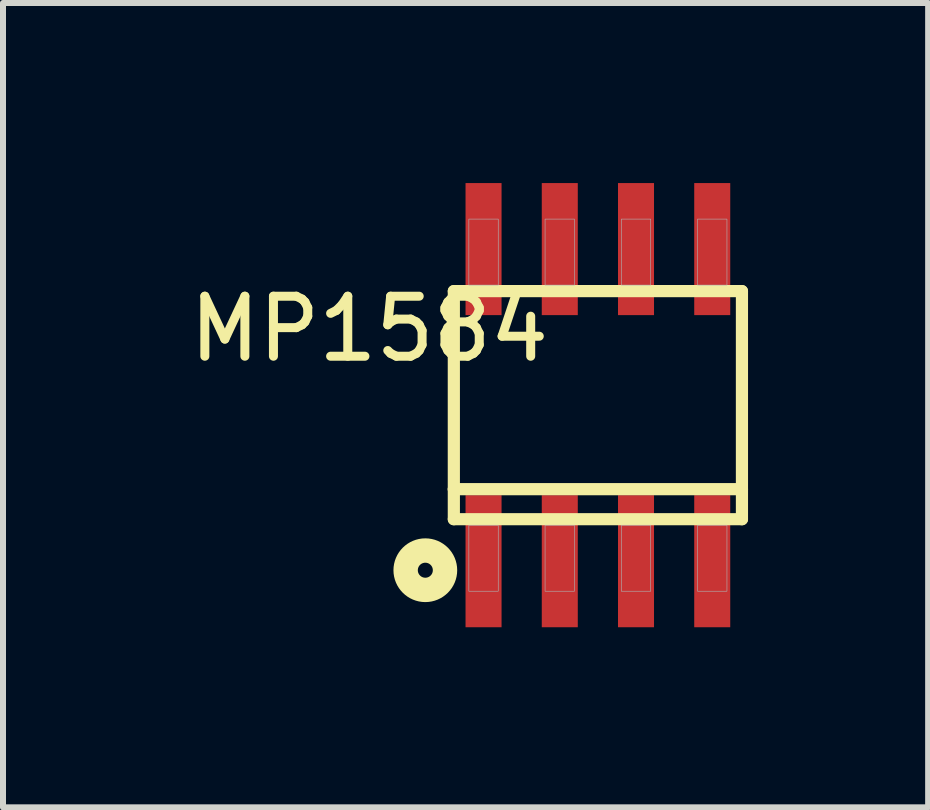
<source format=kicad_pcb>
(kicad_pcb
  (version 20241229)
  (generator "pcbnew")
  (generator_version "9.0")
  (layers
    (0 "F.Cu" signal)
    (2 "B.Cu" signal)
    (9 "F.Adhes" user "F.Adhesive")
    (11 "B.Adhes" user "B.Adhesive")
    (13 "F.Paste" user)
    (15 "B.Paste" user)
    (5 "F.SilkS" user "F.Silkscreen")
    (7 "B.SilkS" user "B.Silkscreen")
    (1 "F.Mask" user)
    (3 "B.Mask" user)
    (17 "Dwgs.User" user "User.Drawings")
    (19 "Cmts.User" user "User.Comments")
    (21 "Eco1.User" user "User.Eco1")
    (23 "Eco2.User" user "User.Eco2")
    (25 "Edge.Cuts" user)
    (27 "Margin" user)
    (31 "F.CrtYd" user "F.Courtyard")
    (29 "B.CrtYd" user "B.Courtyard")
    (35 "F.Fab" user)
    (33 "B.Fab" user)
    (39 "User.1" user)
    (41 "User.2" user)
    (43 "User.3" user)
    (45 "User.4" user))
  (footprint "MP1584"
    (layer "F.Cu")
    (at 6.911 3.7)
    (property "Reference" "MP1584" (at -3.81 -1.27 180) (layer "F.SilkS") (effects (font (size 1 1) (thickness 0.15))))
    (attr smd)
    (fp_poly (pts (xy -1.778 -1.27) (xy 1.778 -1.27) (xy 1.778 1.27) (xy -1.778 1.27)) (stroke (width 0.01) (type solid)) (fill yes) (layer "B.Mask"))
    (fp_line (start -2.4 -1.9) (end 2.4 -1.9) (stroke (width 0.203) (type solid)) (layer "F.SilkS"))
    (fp_line (start -2.4 1.4) (end -2.4 -1.9) (stroke (width 0.203) (type solid)) (layer "F.SilkS"))
    (fp_line (start -2.4 1.9) (end -2.4 1.4) (stroke (width 0.203) (type solid)) (layer "F.SilkS"))
    (fp_line (start 2.4 -1.9) (end 2.4 1.4) (stroke (width 0.203) (type solid)) (layer "F.SilkS"))
    (fp_line (start 2.4 1.4) (end -2.4 1.4) (stroke (width 0.203) (type solid)) (layer "F.SilkS"))
    (fp_line (start 2.4 1.4) (end 2.4 1.9) (stroke (width 0.203) (type solid)) (layer "F.SilkS"))
    (fp_line (start 2.4 1.9) (end -2.4 1.9) (stroke (width 0.203) (type solid)) (layer "F.SilkS"))
    (fp_circle (center -2.875 2.75) (end -2.75 2.75) (stroke (width 0.406) (type solid)) (fill no) (layer "F.SilkS"))
    (fp_poly (pts (xy -2.15 -3.1) (xy -1.66 -3.1) (xy -1.66 -2) (xy -2.15 -2)) (stroke (width 0.01) (type solid)) (fill no) (layer "F.Fab"))
    (fp_poly (pts (xy -2.15 2) (xy -1.66 2) (xy -1.66 3.1) (xy -2.15 3.1)) (stroke (width 0.01) (type solid)) (fill no) (layer "F.Fab"))
    (fp_poly (pts (xy -0.88 -3.1) (xy -0.39 -3.1) (xy -0.39 -2) (xy -0.88 -2)) (stroke (width 0.01) (type solid)) (fill no) (layer "F.Fab"))
    (fp_poly (pts (xy -0.88 2) (xy -0.39 2) (xy -0.39 3.1) (xy -0.88 3.1)) (stroke (width 0.01) (type solid)) (fill no) (layer "F.Fab"))
    (fp_poly (pts (xy 0.39 -3.1) (xy 0.88 -3.1) (xy 0.88 -2) (xy 0.39 -2)) (stroke (width 0.01) (type solid)) (fill no) (layer "F.Fab"))
    (fp_poly (pts (xy 0.39 2) (xy 0.88 2) (xy 0.88 3.1) (xy 0.39 3.1)) (stroke (width 0.01) (type solid)) (fill no) (layer "F.Fab"))
    (fp_poly (pts (xy 1.66 -3.1) (xy 2.15 -3.1) (xy 2.15 -2) (xy 1.66 -2)) (stroke (width 0.01) (type solid)) (fill no) (layer "F.Fab"))
    (fp_poly (pts (xy 1.66 2) (xy 2.15 2) (xy 2.15 3.1) (xy 1.66 3.1)) (stroke (width 0.01) (type solid)) (fill no) (layer "F.Fab"))
    (pad "1" smd rect (at -1.905 2.6) (size 0.6 2.2) (layers "F.Cu" "F.Mask" "F.Paste"))
    (pad "2" smd rect (at -0.635 2.6) (size 0.6 2.2) (layers "F.Cu" "F.Mask" "F.Paste"))
    (pad "3" smd rect (at 0.635 2.6) (size 0.6 2.2) (layers "F.Cu" "F.Mask" "F.Paste"))
    (pad "4" smd rect (at 1.905 2.6) (size 0.6 2.2) (layers "F.Cu" "F.Mask" "F.Paste"))
    (pad "5" smd rect (at 1.905 -2.6) (size 0.6 2.2) (layers "F.Cu" "F.Mask" "F.Paste"))
    (pad "6" smd rect (at 0.635 -2.6) (size 0.6 2.2) (layers "F.Cu" "F.Mask" "F.Paste"))
    (pad "7" smd rect (at -0.635 -2.6) (size 0.6 2.2) (layers "F.Cu" "F.Mask" "F.Paste"))
    (pad "8" smd rect (at -1.905 -2.6) (size 0.6 2.2) (layers "F.Cu" "F.Mask" "F.Paste")))
  (gr_rect
    (start -3 -3)
    (end 12.413 10.4)
    (stroke (width 0.1) (type default))
    (fill no)
    (layer "Edge.Cuts")))
</source>
